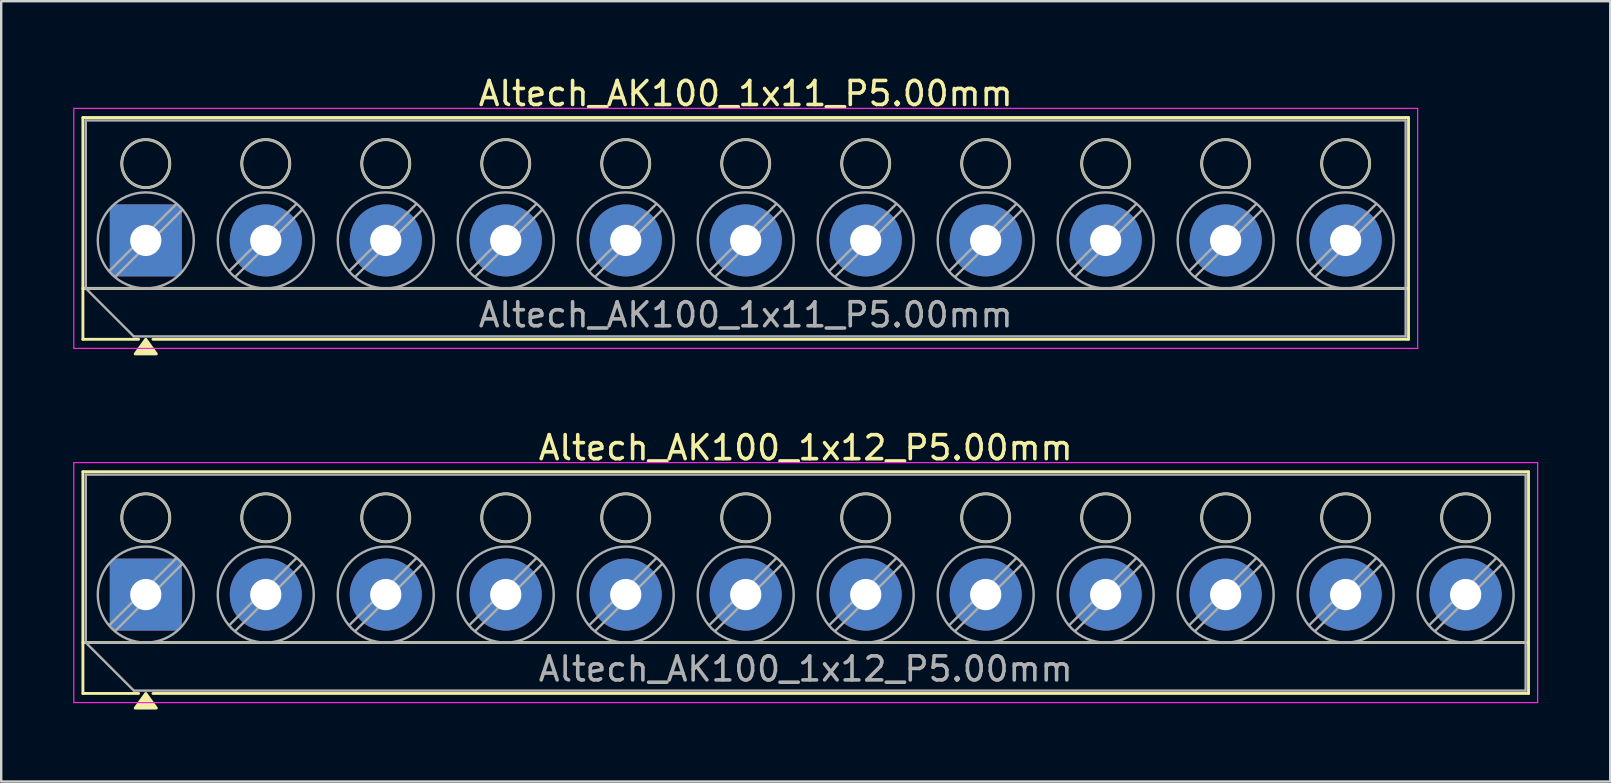
<source format=kicad_pcb>
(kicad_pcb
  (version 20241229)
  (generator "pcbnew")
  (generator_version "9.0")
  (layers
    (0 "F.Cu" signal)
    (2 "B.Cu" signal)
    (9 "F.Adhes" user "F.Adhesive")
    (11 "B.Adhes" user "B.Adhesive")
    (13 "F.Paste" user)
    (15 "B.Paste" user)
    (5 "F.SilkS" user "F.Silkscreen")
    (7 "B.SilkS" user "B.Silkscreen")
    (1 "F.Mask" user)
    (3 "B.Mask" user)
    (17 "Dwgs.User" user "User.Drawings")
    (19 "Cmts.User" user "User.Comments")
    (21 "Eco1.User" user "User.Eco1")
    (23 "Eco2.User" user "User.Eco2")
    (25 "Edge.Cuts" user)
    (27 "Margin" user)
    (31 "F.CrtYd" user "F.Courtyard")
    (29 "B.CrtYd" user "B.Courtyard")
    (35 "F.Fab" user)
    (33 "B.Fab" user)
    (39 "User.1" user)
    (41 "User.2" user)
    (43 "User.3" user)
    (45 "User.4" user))
  (footprint "Altech_AK100_1x11_P5.00mm"
    (layer "F.Cu")
    (at 3.025 6.968)
    (property "Reference" "Altech_AK100_1x11_P5.00mm" (at 25 -6.12 0) (layer "F.SilkS") (effects (font (size 1 1) (thickness 0.15))))
    (attr through_hole)
    (fp_line (start -2.62 -5.12) (end 52.62 -5.12) (stroke (width 0.12) (type solid)) (layer "F.SilkS"))
    (fp_line (start -2.62 2) (end 52.62 2) (stroke (width 0.12) (type solid)) (layer "F.SilkS"))
    (fp_line (start -2.62 4.12) (end -2.62 -5.12) (stroke (width 0.12) (type solid)) (layer "F.SilkS"))
    (fp_line (start -0.3 4.12) (end -2.62 4.12) (stroke (width 0.12) (type solid)) (layer "F.SilkS"))
    (fp_line (start 52.62 -5.12) (end 52.62 4.12) (stroke (width 0.12) (type solid)) (layer "F.SilkS"))
    (fp_line (start 52.62 4.12) (end 0.3 4.12) (stroke (width 0.12) (type solid)) (layer "F.SilkS"))
    (fp_circle (center 0 -3.2) (end 1 -3.2) (stroke (width 0.12) (type solid)) (fill no) (layer "F.SilkS"))
    (fp_circle (center 5 -3.2) (end 6 -3.2) (stroke (width 0.12) (type solid)) (fill no) (layer "F.SilkS"))
    (fp_circle (center 10 -3.2) (end 11 -3.2) (stroke (width 0.12) (type solid)) (fill no) (layer "F.SilkS"))
    (fp_circle (center 15 -3.2) (end 16 -3.2) (stroke (width 0.12) (type solid)) (fill no) (layer "F.SilkS"))
    (fp_circle (center 20 -3.2) (end 21 -3.2) (stroke (width 0.12) (type solid)) (fill no) (layer "F.SilkS"))
    (fp_circle (center 25 -3.2) (end 26 -3.2) (stroke (width 0.12) (type solid)) (fill no) (layer "F.SilkS"))
    (fp_circle (center 30 -3.2) (end 31 -3.2) (stroke (width 0.12) (type solid)) (fill no) (layer "F.SilkS"))
    (fp_circle (center 35 -3.2) (end 36 -3.2) (stroke (width 0.12) (type solid)) (fill no) (layer "F.SilkS"))
    (fp_circle (center 40 -3.2) (end 41 -3.2) (stroke (width 0.12) (type solid)) (fill no) (layer "F.SilkS"))
    (fp_circle (center 45 -3.2) (end 46 -3.2) (stroke (width 0.12) (type solid)) (fill no) (layer "F.SilkS"))
    (fp_circle (center 50 -3.2) (end 51 -3.2) (stroke (width 0.12) (type solid)) (fill no) (layer "F.SilkS"))
    (fp_poly (pts (xy 0 4.12) (xy 0.44 4.73) (xy -0.44 4.73)) (stroke (width 0.12) (type solid)) (fill yes) (layer "F.SilkS"))
    (fp_line (start -3 -5.5) (end -3 4.5) (stroke (width 0.05) (type solid)) (layer "F.CrtYd"))
    (fp_line (start -3 4.5) (end 53 4.5) (stroke (width 0.05) (type solid)) (layer "F.CrtYd"))
    (fp_line (start 53 -5.5) (end -3 -5.5) (stroke (width 0.05) (type solid)) (layer "F.CrtYd"))
    (fp_line (start 53 4.5) (end 53 -5.5) (stroke (width 0.05) (type solid)) (layer "F.CrtYd"))
    (fp_line (start -2.5 -5) (end 52.5 -5) (stroke (width 0.1) (type solid)) (layer "F.Fab"))
    (fp_line (start -2.5 2) (end -2.5 -5) (stroke (width 0.1) (type solid)) (layer "F.Fab"))
    (fp_line (start -2.5 2) (end 52.5 2) (stroke (width 0.1) (type solid)) (layer "F.Fab"))
    (fp_line (start -0.5 4) (end -2.5 2) (stroke (width 0.1) (type solid)) (layer "F.Fab"))
    (fp_line (start 1.273 -1.517) (end -1.517 1.273) (stroke (width 0.1) (type solid)) (layer "F.Fab"))
    (fp_line (start 1.517 -1.273) (end -1.273 1.517) (stroke (width 0.1) (type solid)) (layer "F.Fab"))
    (fp_line (start 6.273 -1.517) (end 3.483 1.273) (stroke (width 0.1) (type solid)) (layer "F.Fab"))
    (fp_line (start 6.517 -1.273) (end 3.727 1.517) (stroke (width 0.1) (type solid)) (layer "F.Fab"))
    (fp_line (start 11.273 -1.517) (end 8.483 1.273) (stroke (width 0.1) (type solid)) (layer "F.Fab"))
    (fp_line (start 11.517 -1.273) (end 8.727 1.517) (stroke (width 0.1) (type solid)) (layer "F.Fab"))
    (fp_line (start 16.273 -1.517) (end 13.483 1.273) (stroke (width 0.1) (type solid)) (layer "F.Fab"))
    (fp_line (start 16.517 -1.273) (end 13.727 1.517) (stroke (width 0.1) (type solid)) (layer "F.Fab"))
    (fp_line (start 21.273 -1.517) (end 18.483 1.273) (stroke (width 0.1) (type solid)) (layer "F.Fab"))
    (fp_line (start 21.517 -1.273) (end 18.727 1.517) (stroke (width 0.1) (type solid)) (layer "F.Fab"))
    (fp_line (start 26.273 -1.517) (end 23.483 1.273) (stroke (width 0.1) (type solid)) (layer "F.Fab"))
    (fp_line (start 26.517 -1.273) (end 23.727 1.517) (stroke (width 0.1) (type solid)) (layer "F.Fab"))
    (fp_line (start 31.273 -1.517) (end 28.483 1.273) (stroke (width 0.1) (type solid)) (layer "F.Fab"))
    (fp_line (start 31.517 -1.273) (end 28.727 1.517) (stroke (width 0.1) (type solid)) (layer "F.Fab"))
    (fp_line (start 36.273 -1.517) (end 33.483 1.273) (stroke (width 0.1) (type solid)) (layer "F.Fab"))
    (fp_line (start 36.517 -1.273) (end 33.727 1.517) (stroke (width 0.1) (type solid)) (layer "F.Fab"))
    (fp_line (start 41.273 -1.517) (end 38.483 1.273) (stroke (width 0.1) (type solid)) (layer "F.Fab"))
    (fp_line (start 41.517 -1.273) (end 38.727 1.517) (stroke (width 0.1) (type solid)) (layer "F.Fab"))
    (fp_line (start 46.273 -1.517) (end 43.483 1.273) (stroke (width 0.1) (type solid)) (layer "F.Fab"))
    (fp_line (start 46.517 -1.273) (end 43.727 1.517) (stroke (width 0.1) (type solid)) (layer "F.Fab"))
    (fp_line (start 51.273 -1.517) (end 48.483 1.273) (stroke (width 0.1) (type solid)) (layer "F.Fab"))
    (fp_line (start 51.517 -1.273) (end 48.727 1.517) (stroke (width 0.1) (type solid)) (layer "F.Fab"))
    (fp_line (start 52.5 -5) (end 52.5 4) (stroke (width 0.1) (type solid)) (layer "F.Fab"))
    (fp_line (start 52.5 4) (end -0.5 4) (stroke (width 0.1) (type solid)) (layer "F.Fab"))
    (fp_circle (center 0 -3.2) (end 1 -3.2) (stroke (width 0.1) (type solid)) (fill no) (layer "F.Fab"))
    (fp_circle (center 0 0) (end 2 0) (stroke (width 0.1) (type solid)) (fill no) (layer "F.Fab"))
    (fp_circle (center 5 -3.2) (end 6 -3.2) (stroke (width 0.1) (type solid)) (fill no) (layer "F.Fab"))
    (fp_circle (center 5 0) (end 7 0) (stroke (width 0.1) (type solid)) (fill no) (layer "F.Fab"))
    (fp_circle (center 10 -3.2) (end 11 -3.2) (stroke (width 0.1) (type solid)) (fill no) (layer "F.Fab"))
    (fp_circle (center 10 0) (end 12 0) (stroke (width 0.1) (type solid)) (fill no) (layer "F.Fab"))
    (fp_circle (center 15 -3.2) (end 16 -3.2) (stroke (width 0.1) (type solid)) (fill no) (layer "F.Fab"))
    (fp_circle (center 15 0) (end 17 0) (stroke (width 0.1) (type solid)) (fill no) (layer "F.Fab"))
    (fp_circle (center 20 -3.2) (end 21 -3.2) (stroke (width 0.1) (type solid)) (fill no) (layer "F.Fab"))
    (fp_circle (center 20 0) (end 22 0) (stroke (width 0.1) (type solid)) (fill no) (layer "F.Fab"))
    (fp_circle (center 25 -3.2) (end 26 -3.2) (stroke (width 0.1) (type solid)) (fill no) (layer "F.Fab"))
    (fp_circle (center 25 0) (end 27 0) (stroke (width 0.1) (type solid)) (fill no) (layer "F.Fab"))
    (fp_circle (center 30 -3.2) (end 31 -3.2) (stroke (width 0.1) (type solid)) (fill no) (layer "F.Fab"))
    (fp_circle (center 30 0) (end 32 0) (stroke (width 0.1) (type solid)) (fill no) (layer "F.Fab"))
    (fp_circle (center 35 -3.2) (end 36 -3.2) (stroke (width 0.1) (type solid)) (fill no) (layer "F.Fab"))
    (fp_circle (center 35 0) (end 37 0) (stroke (width 0.1) (type solid)) (fill no) (layer "F.Fab"))
    (fp_circle (center 40 -3.2) (end 41 -3.2) (stroke (width 0.1) (type solid)) (fill no) (layer "F.Fab"))
    (fp_circle (center 40 0) (end 42 0) (stroke (width 0.1) (type solid)) (fill no) (layer "F.Fab"))
    (fp_circle (center 45 -3.2) (end 46 -3.2) (stroke (width 0.1) (type solid)) (fill no) (layer "F.Fab"))
    (fp_circle (center 45 0) (end 47 0) (stroke (width 0.1) (type solid)) (fill no) (layer "F.Fab"))
    (fp_circle (center 50 -3.2) (end 51 -3.2) (stroke (width 0.1) (type solid)) (fill no) (layer "F.Fab"))
    (fp_circle (center 50 0) (end 52 0) (stroke (width 0.1) (type solid)) (fill no) (layer "F.Fab"))
    (fp_text user "${REFERENCE}" (at 25 3.1 0) (layer "F.Fab") (effects (font (size 1 1) (thickness 0.15))))
    (pad "1" thru_hole roundrect (at 0 0) (size 3 3) (drill 1.3) (layers "*.Cu" "*.Mask") (roundrect_rratio 0.083))
    (pad "2" thru_hole circle (at 5 0) (size 3 3) (drill 1.3) (layers "*.Cu" "*.Mask"))
    (pad "3" thru_hole circle (at 10 0) (size 3 3) (drill 1.3) (layers "*.Cu" "*.Mask"))
    (pad "4" thru_hole circle (at 15 0) (size 3 3) (drill 1.3) (layers "*.Cu" "*.Mask"))
    (pad "5" thru_hole circle (at 20 0) (size 3 3) (drill 1.3) (layers "*.Cu" "*.Mask"))
    (pad "6" thru_hole circle (at 25 0) (size 3 3) (drill 1.3) (layers "*.Cu" "*.Mask"))
    (pad "7" thru_hole circle (at 30 0) (size 3 3) (drill 1.3) (layers "*.Cu" "*.Mask"))
    (pad "8" thru_hole circle (at 35 0) (size 3 3) (drill 1.3) (layers "*.Cu" "*.Mask"))
    (pad "9" thru_hole circle (at 40 0) (size 3 3) (drill 1.3) (layers "*.Cu" "*.Mask"))
    (pad "10" thru_hole circle (at 45 0) (size 3 3) (drill 1.3) (layers "*.Cu" "*.Mask"))
    (pad "11" thru_hole circle (at 50 0) (size 3 3) (drill 1.3) (layers "*.Cu" "*.Mask")))
  (footprint "Altech_AK100_1x12_P5.00mm"
    (layer "F.Cu")
    (at 3.025 21.727)
    (property "Reference" "Altech_AK100_1x12_P5.00mm" (at 27.5 -6.12 0) (layer "F.SilkS") (effects (font (size 1 1) (thickness 0.15))))
    (attr through_hole)
    (fp_line (start -2.62 -5.12) (end 57.62 -5.12) (stroke (width 0.12) (type solid)) (layer "F.SilkS"))
    (fp_line (start -2.62 2) (end 57.62 2) (stroke (width 0.12) (type solid)) (layer "F.SilkS"))
    (fp_line (start -2.62 4.12) (end -2.62 -5.12) (stroke (width 0.12) (type solid)) (layer "F.SilkS"))
    (fp_line (start -0.3 4.12) (end -2.62 4.12) (stroke (width 0.12) (type solid)) (layer "F.SilkS"))
    (fp_line (start 57.62 -5.12) (end 57.62 4.12) (stroke (width 0.12) (type solid)) (layer "F.SilkS"))
    (fp_line (start 57.62 4.12) (end 0.3 4.12) (stroke (width 0.12) (type solid)) (layer "F.SilkS"))
    (fp_circle (center 0 -3.2) (end 1 -3.2) (stroke (width 0.12) (type solid)) (fill no) (layer "F.SilkS"))
    (fp_circle (center 5 -3.2) (end 6 -3.2) (stroke (width 0.12) (type solid)) (fill no) (layer "F.SilkS"))
    (fp_circle (center 10 -3.2) (end 11 -3.2) (stroke (width 0.12) (type solid)) (fill no) (layer "F.SilkS"))
    (fp_circle (center 15 -3.2) (end 16 -3.2) (stroke (width 0.12) (type solid)) (fill no) (layer "F.SilkS"))
    (fp_circle (center 20 -3.2) (end 21 -3.2) (stroke (width 0.12) (type solid)) (fill no) (layer "F.SilkS"))
    (fp_circle (center 25 -3.2) (end 26 -3.2) (stroke (width 0.12) (type solid)) (fill no) (layer "F.SilkS"))
    (fp_circle (center 30 -3.2) (end 31 -3.2) (stroke (width 0.12) (type solid)) (fill no) (layer "F.SilkS"))
    (fp_circle (center 35 -3.2) (end 36 -3.2) (stroke (width 0.12) (type solid)) (fill no) (layer "F.SilkS"))
    (fp_circle (center 40 -3.2) (end 41 -3.2) (stroke (width 0.12) (type solid)) (fill no) (layer "F.SilkS"))
    (fp_circle (center 45 -3.2) (end 46 -3.2) (stroke (width 0.12) (type solid)) (fill no) (layer "F.SilkS"))
    (fp_circle (center 50 -3.2) (end 51 -3.2) (stroke (width 0.12) (type solid)) (fill no) (layer "F.SilkS"))
    (fp_circle (center 55 -3.2) (end 56 -3.2) (stroke (width 0.12) (type solid)) (fill no) (layer "F.SilkS"))
    (fp_poly (pts (xy 0 4.12) (xy 0.44 4.73) (xy -0.44 4.73)) (stroke (width 0.12) (type solid)) (fill yes) (layer "F.SilkS"))
    (fp_line (start -3 -5.5) (end -3 4.5) (stroke (width 0.05) (type solid)) (layer "F.CrtYd"))
    (fp_line (start -3 4.5) (end 58 4.5) (stroke (width 0.05) (type solid)) (layer "F.CrtYd"))
    (fp_line (start 58 -5.5) (end -3 -5.5) (stroke (width 0.05) (type solid)) (layer "F.CrtYd"))
    (fp_line (start 58 4.5) (end 58 -5.5) (stroke (width 0.05) (type solid)) (layer "F.CrtYd"))
    (fp_line (start -2.5 -5) (end 57.5 -5) (stroke (width 0.1) (type solid)) (layer "F.Fab"))
    (fp_line (start -2.5 2) (end -2.5 -5) (stroke (width 0.1) (type solid)) (layer "F.Fab"))
    (fp_line (start -2.5 2) (end 57.5 2) (stroke (width 0.1) (type solid)) (layer "F.Fab"))
    (fp_line (start -0.5 4) (end -2.5 2) (stroke (width 0.1) (type solid)) (layer "F.Fab"))
    (fp_line (start 1.273 -1.517) (end -1.517 1.273) (stroke (width 0.1) (type solid)) (layer "F.Fab"))
    (fp_line (start 1.517 -1.273) (end -1.273 1.517) (stroke (width 0.1) (type solid)) (layer "F.Fab"))
    (fp_line (start 6.273 -1.517) (end 3.483 1.273) (stroke (width 0.1) (type solid)) (layer "F.Fab"))
    (fp_line (start 6.517 -1.273) (end 3.727 1.517) (stroke (width 0.1) (type solid)) (layer "F.Fab"))
    (fp_line (start 11.273 -1.517) (end 8.483 1.273) (stroke (width 0.1) (type solid)) (layer "F.Fab"))
    (fp_line (start 11.517 -1.273) (end 8.727 1.517) (stroke (width 0.1) (type solid)) (layer "F.Fab"))
    (fp_line (start 16.273 -1.517) (end 13.483 1.273) (stroke (width 0.1) (type solid)) (layer "F.Fab"))
    (fp_line (start 16.517 -1.273) (end 13.727 1.517) (stroke (width 0.1) (type solid)) (layer "F.Fab"))
    (fp_line (start 21.273 -1.517) (end 18.483 1.273) (stroke (width 0.1) (type solid)) (layer "F.Fab"))
    (fp_line (start 21.517 -1.273) (end 18.727 1.517) (stroke (width 0.1) (type solid)) (layer "F.Fab"))
    (fp_line (start 26.273 -1.517) (end 23.483 1.273) (stroke (width 0.1) (type solid)) (layer "F.Fab"))
    (fp_line (start 26.517 -1.273) (end 23.727 1.517) (stroke (width 0.1) (type solid)) (layer "F.Fab"))
    (fp_line (start 31.273 -1.517) (end 28.483 1.273) (stroke (width 0.1) (type solid)) (layer "F.Fab"))
    (fp_line (start 31.517 -1.273) (end 28.727 1.517) (stroke (width 0.1) (type solid)) (layer "F.Fab"))
    (fp_line (start 36.273 -1.517) (end 33.483 1.273) (stroke (width 0.1) (type solid)) (layer "F.Fab"))
    (fp_line (start 36.517 -1.273) (end 33.727 1.517) (stroke (width 0.1) (type solid)) (layer "F.Fab"))
    (fp_line (start 41.273 -1.517) (end 38.483 1.273) (stroke (width 0.1) (type solid)) (layer "F.Fab"))
    (fp_line (start 41.517 -1.273) (end 38.727 1.517) (stroke (width 0.1) (type solid)) (layer "F.Fab"))
    (fp_line (start 46.273 -1.517) (end 43.483 1.273) (stroke (width 0.1) (type solid)) (layer "F.Fab"))
    (fp_line (start 46.517 -1.273) (end 43.727 1.517) (stroke (width 0.1) (type solid)) (layer "F.Fab"))
    (fp_line (start 51.273 -1.517) (end 48.483 1.273) (stroke (width 0.1) (type solid)) (layer "F.Fab"))
    (fp_line (start 51.517 -1.273) (end 48.727 1.517) (stroke (width 0.1) (type solid)) (layer "F.Fab"))
    (fp_line (start 56.273 -1.517) (end 53.483 1.273) (stroke (width 0.1) (type solid)) (layer "F.Fab"))
    (fp_line (start 56.517 -1.273) (end 53.727 1.517) (stroke (width 0.1) (type solid)) (layer "F.Fab"))
    (fp_line (start 57.5 -5) (end 57.5 4) (stroke (width 0.1) (type solid)) (layer "F.Fab"))
    (fp_line (start 57.5 4) (end -0.5 4) (stroke (width 0.1) (type solid)) (layer "F.Fab"))
    (fp_circle (center 0 -3.2) (end 1 -3.2) (stroke (width 0.1) (type solid)) (fill no) (layer "F.Fab"))
    (fp_circle (center 0 0) (end 2 0) (stroke (width 0.1) (type solid)) (fill no) (layer "F.Fab"))
    (fp_circle (center 5 -3.2) (end 6 -3.2) (stroke (width 0.1) (type solid)) (fill no) (layer "F.Fab"))
    (fp_circle (center 5 0) (end 7 0) (stroke (width 0.1) (type solid)) (fill no) (layer "F.Fab"))
    (fp_circle (center 10 -3.2) (end 11 -3.2) (stroke (width 0.1) (type solid)) (fill no) (layer "F.Fab"))
    (fp_circle (center 10 0) (end 12 0) (stroke (width 0.1) (type solid)) (fill no) (layer "F.Fab"))
    (fp_circle (center 15 -3.2) (end 16 -3.2) (stroke (width 0.1) (type solid)) (fill no) (layer "F.Fab"))
    (fp_circle (center 15 0) (end 17 0) (stroke (width 0.1) (type solid)) (fill no) (layer "F.Fab"))
    (fp_circle (center 20 -3.2) (end 21 -3.2) (stroke (width 0.1) (type solid)) (fill no) (layer "F.Fab"))
    (fp_circle (center 20 0) (end 22 0) (stroke (width 0.1) (type solid)) (fill no) (layer "F.Fab"))
    (fp_circle (center 25 -3.2) (end 26 -3.2) (stroke (width 0.1) (type solid)) (fill no) (layer "F.Fab"))
    (fp_circle (center 25 0) (end 27 0) (stroke (width 0.1) (type solid)) (fill no) (layer "F.Fab"))
    (fp_circle (center 30 -3.2) (end 31 -3.2) (stroke (width 0.1) (type solid)) (fill no) (layer "F.Fab"))
    (fp_circle (center 30 0) (end 32 0) (stroke (width 0.1) (type solid)) (fill no) (layer "F.Fab"))
    (fp_circle (center 35 -3.2) (end 36 -3.2) (stroke (width 0.1) (type solid)) (fill no) (layer "F.Fab"))
    (fp_circle (center 35 0) (end 37 0) (stroke (width 0.1) (type solid)) (fill no) (layer "F.Fab"))
    (fp_circle (center 40 -3.2) (end 41 -3.2) (stroke (width 0.1) (type solid)) (fill no) (layer "F.Fab"))
    (fp_circle (center 40 0) (end 42 0) (stroke (width 0.1) (type solid)) (fill no) (layer "F.Fab"))
    (fp_circle (center 45 -3.2) (end 46 -3.2) (stroke (width 0.1) (type solid)) (fill no) (layer "F.Fab"))
    (fp_circle (center 45 0) (end 47 0) (stroke (width 0.1) (type solid)) (fill no) (layer "F.Fab"))
    (fp_circle (center 50 -3.2) (end 51 -3.2) (stroke (width 0.1) (type solid)) (fill no) (layer "F.Fab"))
    (fp_circle (center 50 0) (end 52 0) (stroke (width 0.1) (type solid)) (fill no) (layer "F.Fab"))
    (fp_circle (center 55 -3.2) (end 56 -3.2) (stroke (width 0.1) (type solid)) (fill no) (layer "F.Fab"))
    (fp_circle (center 55 0) (end 57 0) (stroke (width 0.1) (type solid)) (fill no) (layer "F.Fab"))
    (fp_text user "${REFERENCE}" (at 27.5 3.1 0) (layer "F.Fab") (effects (font (size 1 1) (thickness 0.15))))
    (pad "1" thru_hole roundrect (at 0 0) (size 3 3) (drill 1.3) (layers "*.Cu" "*.Mask") (roundrect_rratio 0.083))
    (pad "2" thru_hole circle (at 5 0) (size 3 3) (drill 1.3) (layers "*.Cu" "*.Mask"))
    (pad "3" thru_hole circle (at 10 0) (size 3 3) (drill 1.3) (layers "*.Cu" "*.Mask"))
    (pad "4" thru_hole circle (at 15 0) (size 3 3) (drill 1.3) (layers "*.Cu" "*.Mask"))
    (pad "5" thru_hole circle (at 20 0) (size 3 3) (drill 1.3) (layers "*.Cu" "*.Mask"))
    (pad "6" thru_hole circle (at 25 0) (size 3 3) (drill 1.3) (layers "*.Cu" "*.Mask"))
    (pad "7" thru_hole circle (at 30 0) (size 3 3) (drill 1.3) (layers "*.Cu" "*.Mask"))
    (pad "8" thru_hole circle (at 35 0) (size 3 3) (drill 1.3) (layers "*.Cu" "*.Mask"))
    (pad "9" thru_hole circle (at 40 0) (size 3 3) (drill 1.3) (layers "*.Cu" "*.Mask"))
    (pad "10" thru_hole circle (at 45 0) (size 3 3) (drill 1.3) (layers "*.Cu" "*.Mask"))
    (pad "11" thru_hole circle (at 50 0) (size 3 3) (drill 1.3) (layers "*.Cu" "*.Mask"))
    (pad "12" thru_hole circle (at 55 0) (size 3 3) (drill 1.3) (layers "*.Cu" "*.Mask")))
  (gr_rect
    (start -3 -3)
    (end 64.05 29.517)
    (stroke (width 0.1) (type default))
    (fill no)
    (layer "Edge.Cuts")))
</source>
